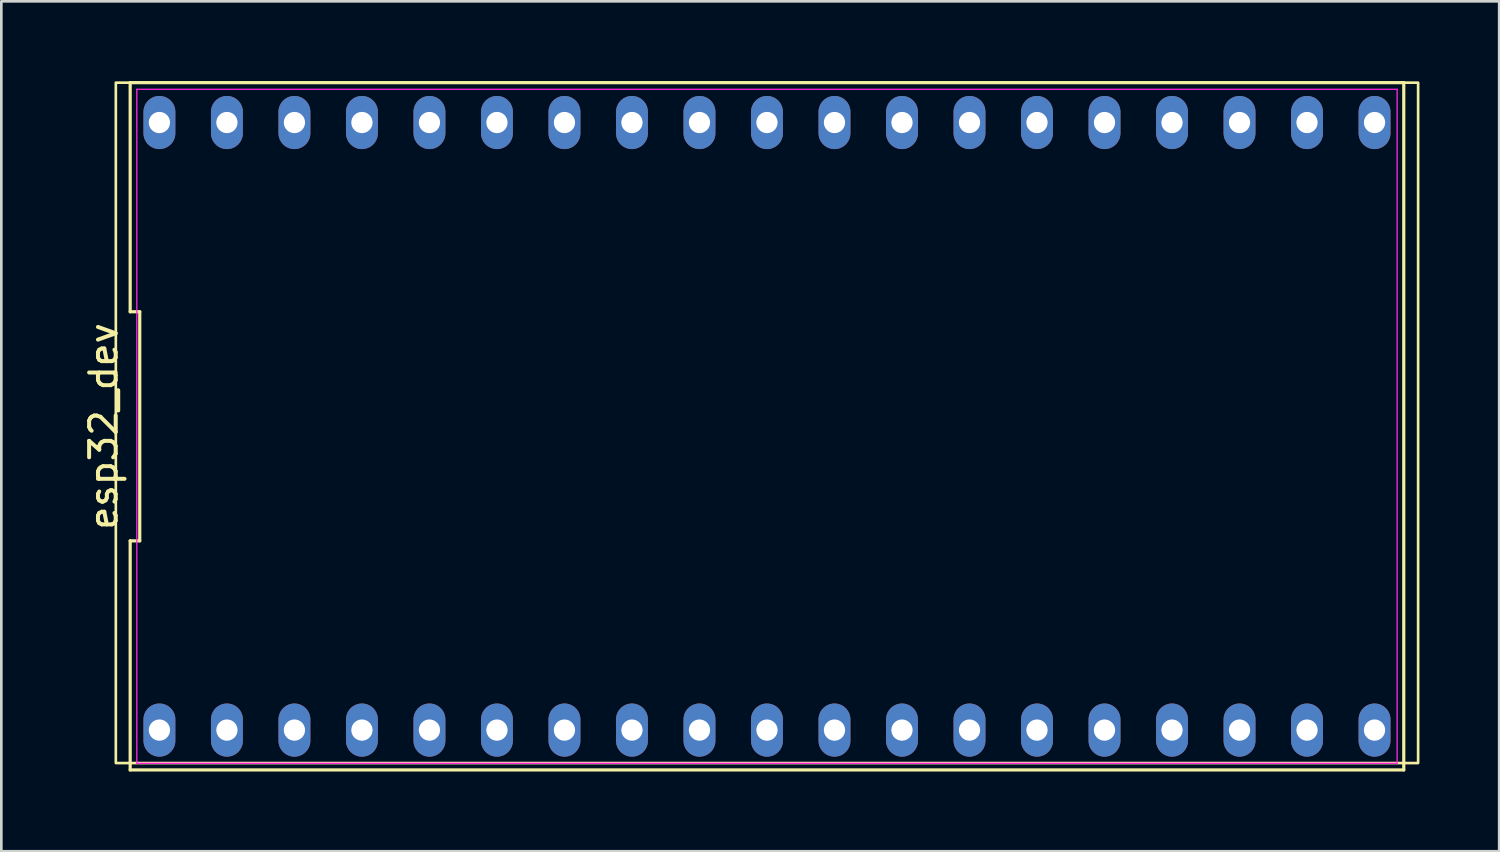
<source format=kicad_pcb>
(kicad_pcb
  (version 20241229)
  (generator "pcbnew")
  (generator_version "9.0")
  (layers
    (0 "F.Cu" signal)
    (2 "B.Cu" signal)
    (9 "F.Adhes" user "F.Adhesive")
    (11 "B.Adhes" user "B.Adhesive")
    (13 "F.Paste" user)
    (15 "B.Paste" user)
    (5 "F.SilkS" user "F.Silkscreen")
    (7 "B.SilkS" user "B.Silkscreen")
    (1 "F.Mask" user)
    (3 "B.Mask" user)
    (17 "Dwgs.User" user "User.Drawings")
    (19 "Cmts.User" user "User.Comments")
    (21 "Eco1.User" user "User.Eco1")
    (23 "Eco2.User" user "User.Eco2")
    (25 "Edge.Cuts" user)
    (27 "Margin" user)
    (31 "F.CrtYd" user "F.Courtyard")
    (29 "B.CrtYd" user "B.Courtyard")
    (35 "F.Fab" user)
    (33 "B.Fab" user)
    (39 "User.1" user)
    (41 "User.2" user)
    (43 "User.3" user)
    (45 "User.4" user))
  (footprint "esp32_dev"
    (layer "F.Cu")
    (at 25.808 12.99)
    (property "Reference" "esp32_dev" (at -24.96 0 90) (layer "F.SilkS") (effects (font (size 1 1) (thickness 0.15))))
    (attr through_hole)
    (fp_line (start -23.96 -12.93) (end -23.96 -4.31) (stroke (width 0.12) (type default)) (layer "F.SilkS"))
    (fp_line (start -23.96 -4.31) (end -23.6 -4.31) (stroke (width 0.12) (type default)) (layer "F.SilkS"))
    (fp_line (start -23.96 4.31) (end -23.96 12.93) (stroke (width 0.12) (type default)) (layer "F.SilkS"))
    (fp_line (start -23.96 12.93) (end 23.96 12.93) (stroke (width 0.12) (type default)) (layer "F.SilkS"))
    (fp_line (start -23.6 -4.31) (end -23.6 4.31) (stroke (width 0.12) (type default)) (layer "F.SilkS"))
    (fp_line (start -23.6 4.31) (end -23.96 4.31) (stroke (width 0.12) (type default)) (layer "F.SilkS"))
    (fp_line (start 23.96 -12.93) (end -23.96 -12.93) (stroke (width 0.12) (type default)) (layer "F.SilkS"))
    (fp_line (start 23.96 12.93) (end 23.96 -12.93) (stroke (width 0.12) (type default)) (layer "F.SilkS"))
    (fp_rect (start -24.5 -12.93) (end 24.5 12.67) (stroke (width 0.1) (type default)) (fill no) (layer "F.SilkS"))
    (fp_line (start -23.71 -12.68) (end 23.71 -12.68) (stroke (width 0.05) (type default)) (layer "F.CrtYd"))
    (fp_line (start -23.71 12.68) (end -23.71 -12.68) (stroke (width 0.05) (type default)) (layer "F.CrtYd"))
    (fp_line (start 23.71 -12.68) (end 23.71 12.68) (stroke (width 0.05) (type default)) (layer "F.CrtYd"))
    (fp_line (start 23.71 12.68) (end -23.71 12.68) (stroke (width 0.05) (type default)) (layer "F.CrtYd"))
    (pad "1" thru_hole oval (at -22.86 11.43) (size 1.2 2) (drill 0.8) (layers "*.Cu" "*.Mask"))
    (pad "2" thru_hole oval (at -20.32 11.43) (size 1.2 2) (drill 0.8) (layers "*.Cu" "*.Mask"))
    (pad "3" thru_hole oval (at -17.78 11.43) (size 1.2 2) (drill 0.8) (layers "*.Cu" "*.Mask"))
    (pad "4" thru_hole oval (at -15.24 11.43) (size 1.2 2) (drill 0.8) (layers "*.Cu" "*.Mask"))
    (pad "5" thru_hole oval (at -12.7 11.43) (size 1.2 2) (drill 0.8) (layers "*.Cu" "*.Mask"))
    (pad "6" thru_hole oval (at -10.16 11.43) (size 1.2 2) (drill 0.8) (layers "*.Cu" "*.Mask"))
    (pad "7" thru_hole oval (at -7.62 11.43) (size 1.2 2) (drill 0.8) (layers "*.Cu" "*.Mask"))
    (pad "8" thru_hole oval (at -5.08 11.43) (size 1.2 2) (drill 0.8) (layers "*.Cu" "*.Mask"))
    (pad "9" thru_hole oval (at -2.54 11.43) (size 1.2 2) (drill 0.8) (layers "*.Cu" "*.Mask"))
    (pad "10" thru_hole oval (at 0 11.43) (size 1.2 2) (drill 0.8) (layers "*.Cu" "*.Mask"))
    (pad "11" thru_hole oval (at 2.54 11.43) (size 1.2 2) (drill 0.8) (layers "*.Cu" "*.Mask"))
    (pad "12" thru_hole oval (at 5.08 11.43) (size 1.2 2) (drill 0.8) (layers "*.Cu" "*.Mask"))
    (pad "13" thru_hole oval (at 7.62 11.43) (size 1.2 2) (drill 0.8) (layers "*.Cu" "*.Mask"))
    (pad "14" thru_hole oval (at 10.16 11.43) (size 1.2 2) (drill 0.8) (layers "*.Cu" "*.Mask"))
    (pad "15" thru_hole oval (at 12.7 11.43) (size 1.2 2) (drill 0.8) (layers "*.Cu" "*.Mask"))
    (pad "16" thru_hole oval (at 15.24 11.43) (size 1.2 2) (drill 0.8) (layers "*.Cu" "*.Mask"))
    (pad "17" thru_hole oval (at 17.78 11.43) (size 1.2 2) (drill 0.8) (layers "*.Cu" "*.Mask"))
    (pad "18" thru_hole oval (at 20.32 11.43) (size 1.2 2) (drill 0.8) (layers "*.Cu" "*.Mask"))
    (pad "19" thru_hole oval (at 22.86 11.43) (size 1.2 2) (drill 0.8) (layers "*.Cu" "*.Mask"))
    (pad "20" thru_hole oval (at 22.86 -11.43) (size 1.2 2) (drill 0.8) (layers "*.Cu" "*.Mask"))
    (pad "21" thru_hole oval (at 20.32 -11.43) (size 1.2 2) (drill 0.8) (layers "*.Cu" "*.Mask"))
    (pad "22" thru_hole oval (at 17.78 -11.43) (size 1.2 2) (drill 0.8) (layers "*.Cu" "*.Mask"))
    (pad "23" thru_hole oval (at 15.24 -11.43) (size 1.2 2) (drill 0.8) (layers "*.Cu" "*.Mask"))
    (pad "24" thru_hole oval (at 12.7 -11.43) (size 1.2 2) (drill 0.8) (layers "*.Cu" "*.Mask"))
    (pad "25" thru_hole oval (at 10.16 -11.43) (size 1.2 2) (drill 0.8) (layers "*.Cu" "*.Mask"))
    (pad "26" thru_hole oval (at 7.62 -11.43) (size 1.2 2) (drill 0.8) (layers "*.Cu" "*.Mask"))
    (pad "27" thru_hole oval (at 5.08 -11.43) (size 1.2 2) (drill 0.8) (layers "*.Cu" "*.Mask"))
    (pad "28" thru_hole oval (at 2.54 -11.43) (size 1.2 2) (drill 0.8) (layers "*.Cu" "*.Mask"))
    (pad "29" thru_hole oval (at 0 -11.43) (size 1.2 2) (drill 0.8) (layers "*.Cu" "*.Mask"))
    (pad "30" thru_hole oval (at -2.54 -11.43) (size 1.2 2) (drill 0.8) (layers "*.Cu" "*.Mask"))
    (pad "31" thru_hole oval (at -5.08 -11.43) (size 1.2 2) (drill 0.8) (layers "*.Cu" "*.Mask"))
    (pad "32" thru_hole oval (at -7.62 -11.43) (size 1.2 2) (drill 0.8) (layers "*.Cu" "*.Mask"))
    (pad "33" thru_hole oval (at -10.16 -11.43) (size 1.2 2) (drill 0.8) (layers "*.Cu" "*.Mask"))
    (pad "34" thru_hole oval (at -12.7 -11.43) (size 1.2 2) (drill 0.8) (layers "*.Cu" "*.Mask"))
    (pad "35" thru_hole oval (at -15.24 -11.43) (size 1.2 2) (drill 0.8) (layers "*.Cu" "*.Mask"))
    (pad "36" thru_hole oval (at -17.78 -11.43) (size 1.2 2) (drill 0.8) (layers "*.Cu" "*.Mask"))
    (pad "37" thru_hole oval (at -20.32 -11.43) (size 1.2 2) (drill 0.8) (layers "*.Cu" "*.Mask"))
    (pad "38" thru_hole oval (at -22.86 -11.43) (size 1.2 2) (drill 0.8) (layers "*.Cu" "*.Mask")))
  (gr_rect
    (start -3 -3)
    (end 53.358 28.98)
    (stroke (width 0.1) (type default))
    (fill no)
    (layer "Edge.Cuts")))
</source>
